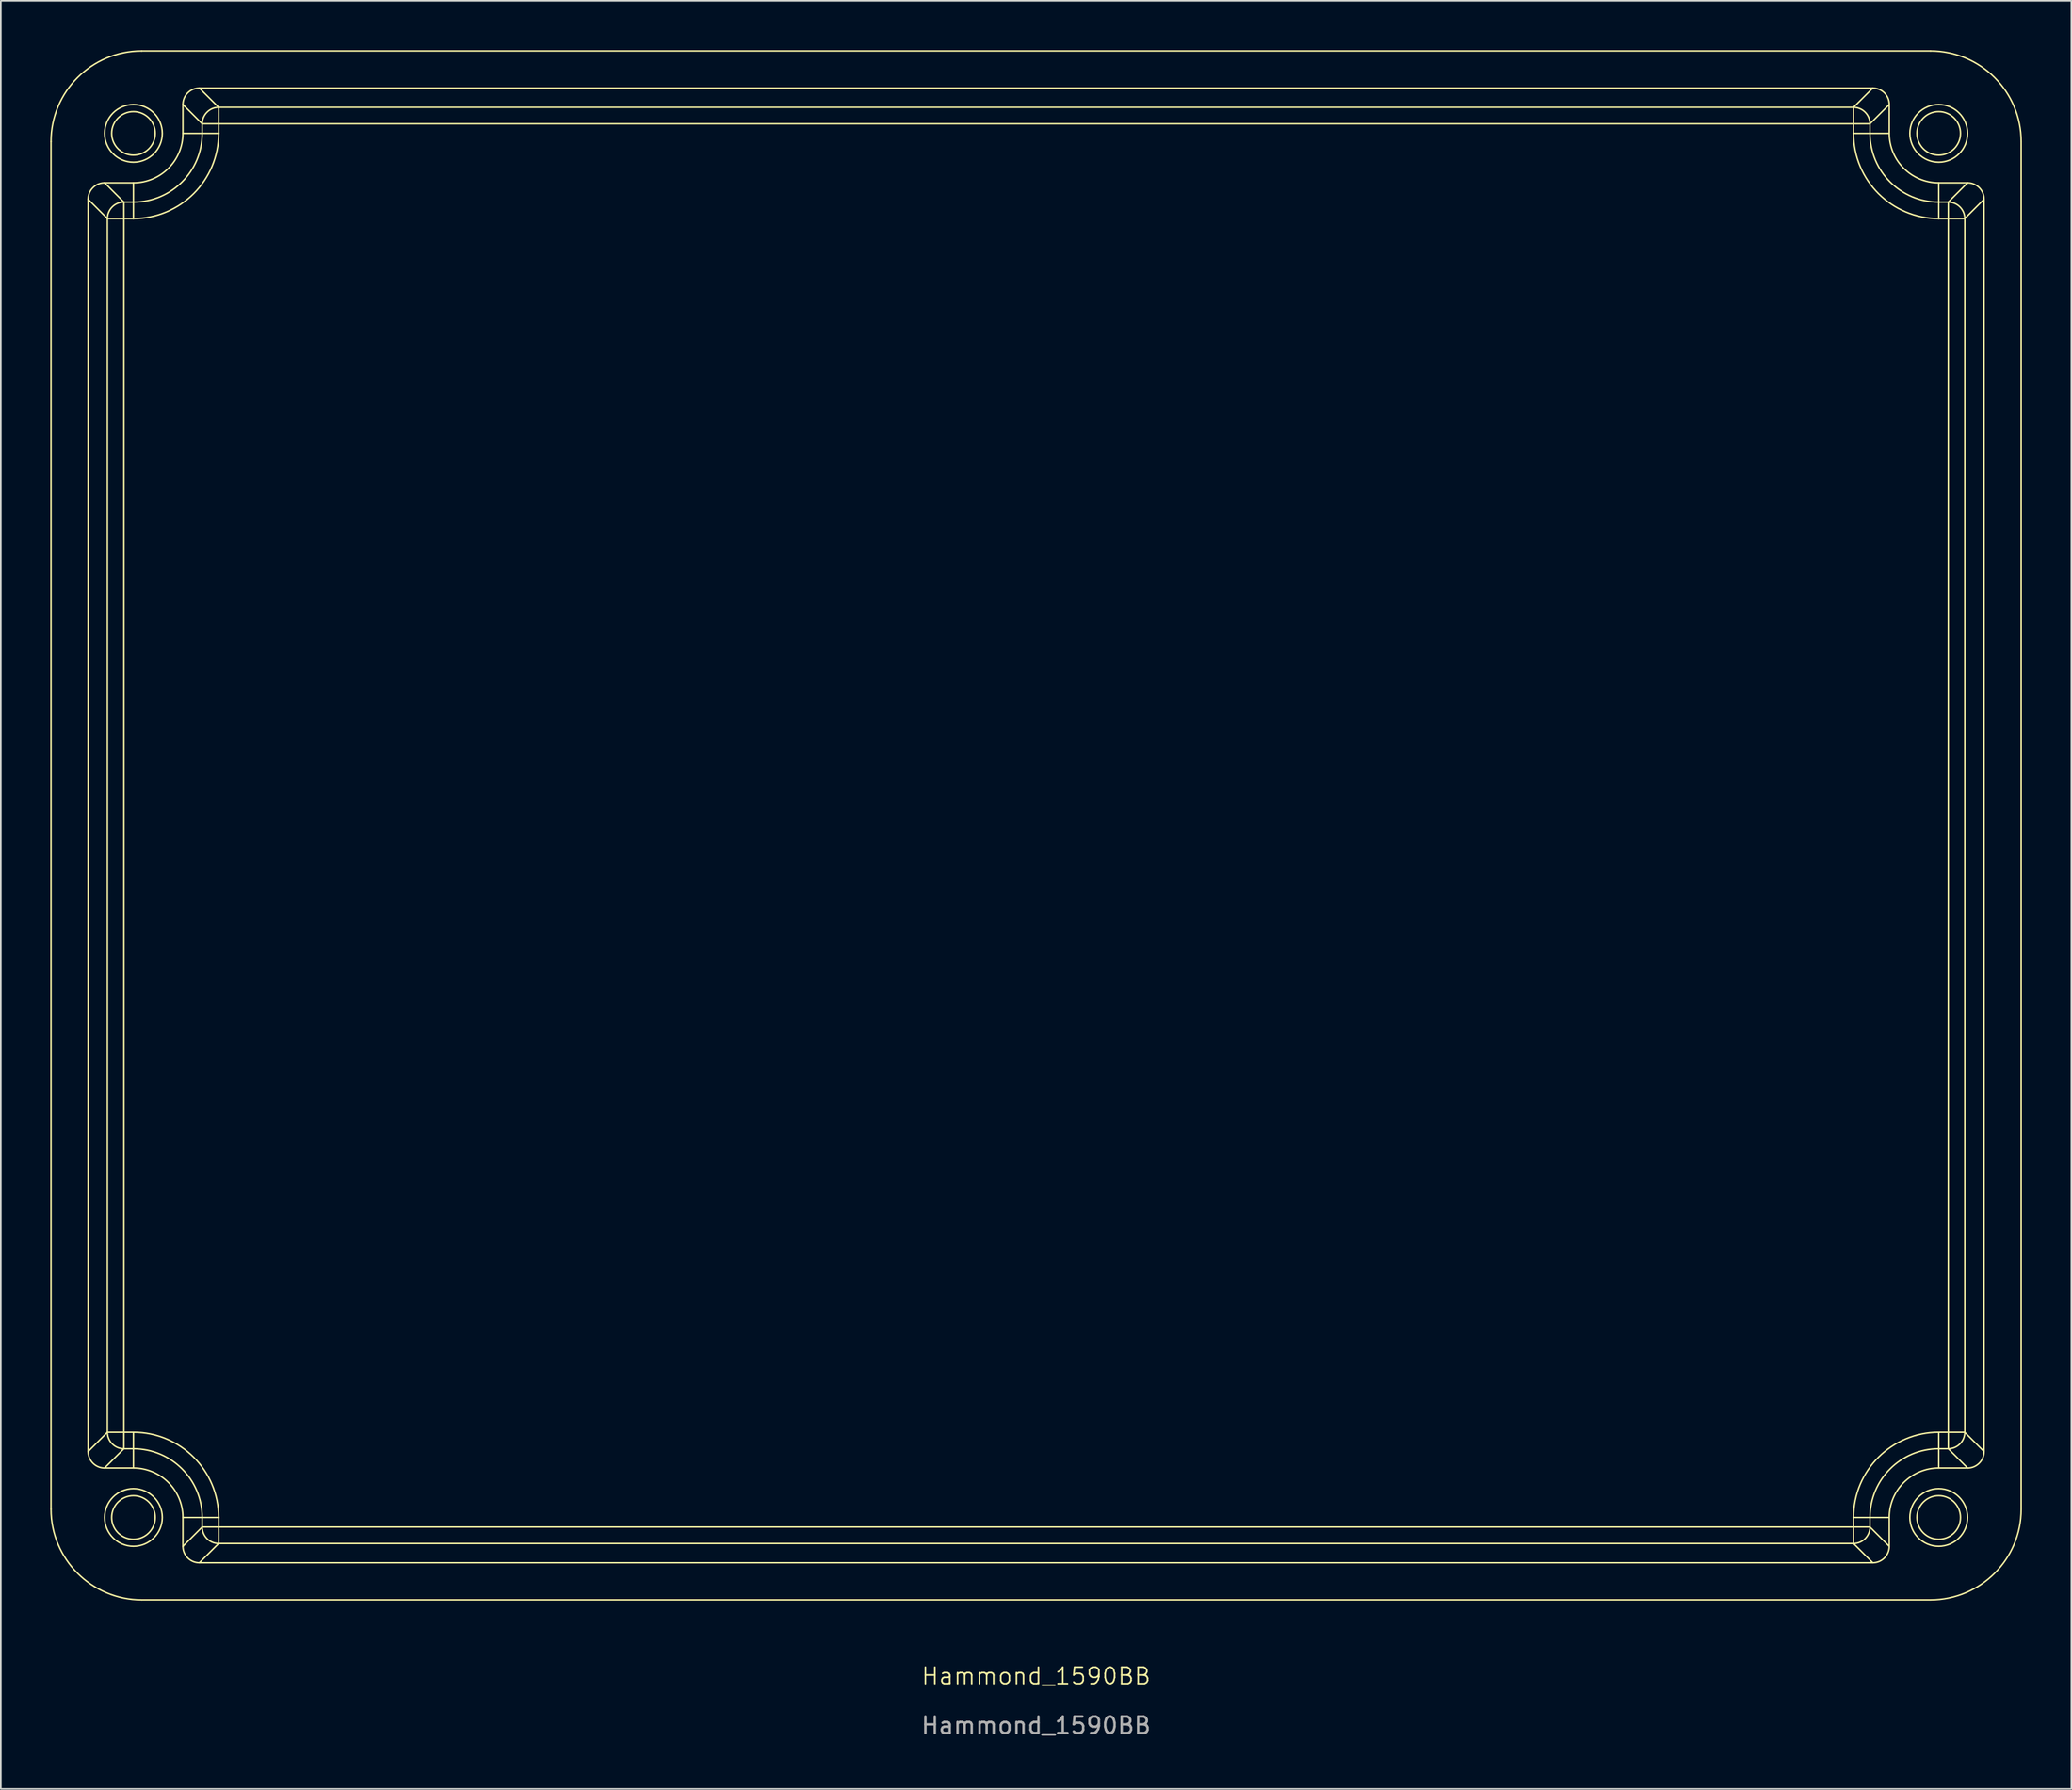
<source format=kicad_pcb>
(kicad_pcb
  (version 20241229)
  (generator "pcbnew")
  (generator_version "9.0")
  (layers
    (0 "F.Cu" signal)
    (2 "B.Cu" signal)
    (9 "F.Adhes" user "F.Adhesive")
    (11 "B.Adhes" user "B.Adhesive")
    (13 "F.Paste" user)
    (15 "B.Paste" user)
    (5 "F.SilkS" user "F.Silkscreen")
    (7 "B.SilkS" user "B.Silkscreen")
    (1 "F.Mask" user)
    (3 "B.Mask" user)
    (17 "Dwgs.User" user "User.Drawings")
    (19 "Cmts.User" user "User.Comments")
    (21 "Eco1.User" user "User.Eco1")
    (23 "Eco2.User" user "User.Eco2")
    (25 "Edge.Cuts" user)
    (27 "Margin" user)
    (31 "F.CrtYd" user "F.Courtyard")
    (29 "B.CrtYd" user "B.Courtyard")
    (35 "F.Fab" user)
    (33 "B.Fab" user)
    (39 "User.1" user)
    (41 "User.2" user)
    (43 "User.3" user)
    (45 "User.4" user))
  (footprint "Hammond_1590BB"
    (layer "F.Cu")
    (at 59.795 47.87)
    (property "Reference" "Hammond_1590BB" (at 0 50.8 0) (unlocked yes) (layer "F.SilkS") (effects (font (size 1 1) (thickness 0.1))))
    (fp_line (start -59.75 -42.325) (end -59.75 40.675) (stroke (width 0.09) (type solid)) (layer "F.SilkS"))
    (fp_line (start -57.5 -38.826) (end -56.33 -37.656) (stroke (width 0.09) (type solid)) (layer "F.SilkS"))
    (fp_line (start -57.5 37.176) (end -57.5 -38.826) (stroke (width 0.09) (type solid)) (layer "F.SilkS"))
    (fp_line (start -56.501 -39.825) (end -54.75 -39.825) (stroke (width 0.09) (type solid)) (layer "F.SilkS"))
    (fp_line (start -56.501 38.175) (end -55.331 37.005) (stroke (width 0.09) (type solid)) (layer "F.SilkS"))
    (fp_line (start -56.33 -37.656) (end -56.33 36.006) (stroke (width 0.09) (type solid)) (layer "F.SilkS"))
    (fp_line (start -56.33 -37.656) (end -55.331 -37.656) (stroke (width 0.09) (type solid)) (layer "F.SilkS"))
    (fp_line (start -56.33 36.006) (end -57.5 37.176) (stroke (width 0.09) (type solid)) (layer "F.SilkS"))
    (fp_line (start -55.331 -38.655) (end -56.501 -39.825) (stroke (width 0.09) (type solid)) (layer "F.SilkS"))
    (fp_line (start -55.331 -37.656) (end -55.331 -38.655) (stroke (width 0.09) (type solid)) (layer "F.SilkS"))
    (fp_line (start -55.331 -37.656) (end -54.75 -37.656) (stroke (width 0.09) (type solid)) (layer "F.SilkS"))
    (fp_line (start -55.331 36.006) (end -56.33 36.006) (stroke (width 0.09) (type solid)) (layer "F.SilkS"))
    (fp_line (start -55.331 36.006) (end -55.331 -37.656) (stroke (width 0.09) (type solid)) (layer "F.SilkS"))
    (fp_line (start -55.331 37.005) (end -55.331 36.006) (stroke (width 0.09) (type solid)) (layer "F.SilkS"))
    (fp_line (start -55.331 37.005) (end -54.75 37.005) (stroke (width 0.09) (type solid)) (layer "F.SilkS"))
    (fp_line (start -54.75 -39.825) (end -54.75 -38.655) (stroke (width 0.09) (type solid)) (layer "F.SilkS"))
    (fp_line (start -54.75 -38.655) (end -55.331 -38.655) (stroke (width 0.09) (type solid)) (layer "F.SilkS"))
    (fp_line (start -54.75 -37.656) (end -54.75 -38.655) (stroke (width 0.09) (type solid)) (layer "F.SilkS"))
    (fp_line (start -54.75 36.006) (end -55.331 36.006) (stroke (width 0.09) (type solid)) (layer "F.SilkS"))
    (fp_line (start -54.75 36.006) (end -54.75 37.005) (stroke (width 0.09) (type solid)) (layer "F.SilkS"))
    (fp_line (start -54.75 38.175) (end -56.501 38.175) (stroke (width 0.09) (type solid)) (layer "F.SilkS"))
    (fp_line (start -54.75 38.175) (end -54.75 37.005) (stroke (width 0.09) (type solid)) (layer "F.SilkS"))
    (fp_line (start -54.25 46.175) (end 54.25 46.175) (stroke (width 0.09) (type solid)) (layer "F.SilkS"))
    (fp_line (start -51.75 -44.576) (end -50.58 -43.406) (stroke (width 0.09) (type solid)) (layer "F.SilkS"))
    (fp_line (start -51.75 -42.825) (end -51.75 -44.576) (stroke (width 0.09) (type solid)) (layer "F.SilkS"))
    (fp_line (start -51.75 -42.825) (end -50.58 -42.825) (stroke (width 0.09) (type solid)) (layer "F.SilkS"))
    (fp_line (start -51.75 41.175) (end -50.58 41.175) (stroke (width 0.09) (type solid)) (layer "F.SilkS"))
    (fp_line (start -51.75 42.926) (end -51.75 41.175) (stroke (width 0.09) (type solid)) (layer "F.SilkS"))
    (fp_line (start -50.751 -45.575) (end 50.751 -45.575) (stroke (width 0.09) (type solid)) (layer "F.SilkS"))
    (fp_line (start -50.751 43.925) (end -49.581 42.755) (stroke (width 0.09) (type solid)) (layer "F.SilkS"))
    (fp_line (start -50.58 -43.406) (end -50.58 -42.825) (stroke (width 0.09) (type solid)) (layer "F.SilkS"))
    (fp_line (start -50.58 -43.406) (end -49.581 -43.406) (stroke (width 0.09) (type solid)) (layer "F.SilkS"))
    (fp_line (start -50.58 41.175) (end -50.58 41.756) (stroke (width 0.09) (type solid)) (layer "F.SilkS"))
    (fp_line (start -50.58 41.756) (end -51.75 42.926) (stroke (width 0.09) (type solid)) (layer "F.SilkS"))
    (fp_line (start -49.581 -44.405) (end -50.751 -45.575) (stroke (width 0.09) (type solid)) (layer "F.SilkS"))
    (fp_line (start -49.581 -43.406) (end -49.581 -44.405) (stroke (width 0.09) (type solid)) (layer "F.SilkS"))
    (fp_line (start -49.581 -43.406) (end 49.581 -43.406) (stroke (width 0.09) (type solid)) (layer "F.SilkS"))
    (fp_line (start -49.581 -42.825) (end -50.58 -42.825) (stroke (width 0.09) (type solid)) (layer "F.SilkS"))
    (fp_line (start -49.581 -42.825) (end -49.581 -43.406) (stroke (width 0.09) (type solid)) (layer "F.SilkS"))
    (fp_line (start -49.581 41.175) (end -50.58 41.175) (stroke (width 0.09) (type solid)) (layer "F.SilkS"))
    (fp_line (start -49.581 41.756) (end -50.58 41.756) (stroke (width 0.09) (type solid)) (layer "F.SilkS"))
    (fp_line (start -49.581 41.756) (end -49.581 41.175) (stroke (width 0.09) (type solid)) (layer "F.SilkS"))
    (fp_line (start -49.581 42.755) (end -49.581 41.756) (stroke (width 0.09) (type solid)) (layer "F.SilkS"))
    (fp_line (start -49.581 42.755) (end 49.581 42.755) (stroke (width 0.09) (type solid)) (layer "F.SilkS"))
    (fp_line (start 49.581 -44.405) (end -49.581 -44.405) (stroke (width 0.09) (type solid)) (layer "F.SilkS"))
    (fp_line (start 49.581 -44.405) (end 49.581 -43.406) (stroke (width 0.09) (type solid)) (layer "F.SilkS"))
    (fp_line (start 49.581 -43.406) (end 49.581 -42.825) (stroke (width 0.09) (type solid)) (layer "F.SilkS"))
    (fp_line (start 49.581 -43.406) (end 50.58 -43.406) (stroke (width 0.09) (type solid)) (layer "F.SilkS"))
    (fp_line (start 49.581 41.175) (end 49.581 41.756) (stroke (width 0.09) (type solid)) (layer "F.SilkS"))
    (fp_line (start 49.581 41.756) (end -49.581 41.756) (stroke (width 0.09) (type solid)) (layer "F.SilkS"))
    (fp_line (start 49.581 41.756) (end 49.581 42.755) (stroke (width 0.09) (type solid)) (layer "F.SilkS"))
    (fp_line (start 49.581 42.755) (end 50.751 43.925) (stroke (width 0.09) (type solid)) (layer "F.SilkS"))
    (fp_line (start 50.58 -43.406) (end 51.75 -44.576) (stroke (width 0.09) (type solid)) (layer "F.SilkS"))
    (fp_line (start 50.58 -42.825) (end 49.581 -42.825) (stroke (width 0.09) (type solid)) (layer "F.SilkS"))
    (fp_line (start 50.58 -42.825) (end 50.58 -43.406) (stroke (width 0.09) (type solid)) (layer "F.SilkS"))
    (fp_line (start 50.58 41.175) (end 49.581 41.175) (stroke (width 0.09) (type solid)) (layer "F.SilkS"))
    (fp_line (start 50.58 41.756) (end 49.581 41.756) (stroke (width 0.09) (type solid)) (layer "F.SilkS"))
    (fp_line (start 50.58 41.756) (end 50.58 41.175) (stroke (width 0.09) (type solid)) (layer "F.SilkS"))
    (fp_line (start 50.751 -45.575) (end 49.581 -44.405) (stroke (width 0.09) (type solid)) (layer "F.SilkS"))
    (fp_line (start 50.751 43.925) (end -50.751 43.925) (stroke (width 0.09) (type solid)) (layer "F.SilkS"))
    (fp_line (start 51.75 -44.576) (end 51.75 -42.825) (stroke (width 0.09) (type solid)) (layer "F.SilkS"))
    (fp_line (start 51.75 -42.825) (end 50.58 -42.825) (stroke (width 0.09) (type solid)) (layer "F.SilkS"))
    (fp_line (start 51.75 41.175) (end 50.58 41.175) (stroke (width 0.09) (type solid)) (layer "F.SilkS"))
    (fp_line (start 51.75 41.175) (end 51.75 42.926) (stroke (width 0.09) (type solid)) (layer "F.SilkS"))
    (fp_line (start 51.75 42.926) (end 50.58 41.756) (stroke (width 0.09) (type solid)) (layer "F.SilkS"))
    (fp_line (start 54.25 -47.825) (end -54.25 -47.825) (stroke (width 0.09) (type solid)) (layer "F.SilkS"))
    (fp_line (start 54.75 -39.825) (end 54.75 -38.655) (stroke (width 0.09) (type solid)) (layer "F.SilkS"))
    (fp_line (start 54.75 -39.825) (end 56.501 -39.825) (stroke (width 0.09) (type solid)) (layer "F.SilkS"))
    (fp_line (start 54.75 -38.655) (end 54.75 -37.656) (stroke (width 0.09) (type solid)) (layer "F.SilkS"))
    (fp_line (start 54.75 -37.656) (end 55.331 -37.656) (stroke (width 0.09) (type solid)) (layer "F.SilkS"))
    (fp_line (start 54.75 37.005) (end 54.75 36.006) (stroke (width 0.09) (type solid)) (layer "F.SilkS"))
    (fp_line (start 54.75 37.005) (end 55.331 37.005) (stroke (width 0.09) (type solid)) (layer "F.SilkS"))
    (fp_line (start 54.75 38.175) (end 54.75 37.005) (stroke (width 0.09) (type solid)) (layer "F.SilkS"))
    (fp_line (start 55.331 -38.655) (end 54.75 -38.655) (stroke (width 0.09) (type solid)) (layer "F.SilkS"))
    (fp_line (start 55.331 -38.655) (end 55.331 -37.656) (stroke (width 0.09) (type solid)) (layer "F.SilkS"))
    (fp_line (start 55.331 -37.656) (end 55.331 36.006) (stroke (width 0.09) (type solid)) (layer "F.SilkS"))
    (fp_line (start 55.331 -37.656) (end 56.33 -37.656) (stroke (width 0.09) (type solid)) (layer "F.SilkS"))
    (fp_line (start 55.331 36.006) (end 54.75 36.006) (stroke (width 0.09) (type solid)) (layer "F.SilkS"))
    (fp_line (start 55.331 36.006) (end 55.331 37.005) (stroke (width 0.09) (type solid)) (layer "F.SilkS"))
    (fp_line (start 55.331 37.005) (end 56.501 38.175) (stroke (width 0.09) (type solid)) (layer "F.SilkS"))
    (fp_line (start 56.33 -37.656) (end 57.5 -38.826) (stroke (width 0.09) (type solid)) (layer "F.SilkS"))
    (fp_line (start 56.33 36.006) (end 55.331 36.006) (stroke (width 0.09) (type solid)) (layer "F.SilkS"))
    (fp_line (start 56.33 36.006) (end 56.33 -37.656) (stroke (width 0.09) (type solid)) (layer "F.SilkS"))
    (fp_line (start 56.501 -39.825) (end 55.331 -38.655) (stroke (width 0.09) (type solid)) (layer "F.SilkS"))
    (fp_line (start 56.501 38.175) (end 54.75 38.175) (stroke (width 0.09) (type solid)) (layer "F.SilkS"))
    (fp_line (start 57.5 -38.826) (end 57.5 37.176) (stroke (width 0.09) (type solid)) (layer "F.SilkS"))
    (fp_line (start 57.5 37.176) (end 56.33 36.006) (stroke (width 0.09) (type solid)) (layer "F.SilkS"))
    (fp_line (start 59.75 40.675) (end 59.75 -42.325) (stroke (width 0.09) (type solid)) (layer "F.SilkS"))
    (fp_arc (start -59.75 -42.324915) (mid -58.139077 -46.213991) (end -54.25 -47.824915) (stroke (width 0.09) (type solid)) (layer "F.SilkS"))
    (fp_arc (start -54.75 36.006202) (mid -51.095042 37.520131) (end -49.581117 41.175085) (stroke (width 0.09) (type solid)) (layer "F.SilkS"))
    (fp_arc (start -54.75 37.005251) (mid -51.801477 38.226565) (end -50.580166 41.175085) (stroke (width 0.09) (type solid)) (layer "F.SilkS"))
    (fp_arc (start -54.75 38.175085) (mid -52.628674 39.053763) (end -51.75 41.175085) (stroke (width 0.09) (type solid)) (layer "F.SilkS"))
    (fp_arc (start -54.25 46.175085) (mid -58.139082 44.56417) (end -59.75 40.675085) (stroke (width 0.09) (type solid)) (layer "F.SilkS"))
    (fp_arc (start -51.75 -42.824915) (mid -52.628678 -40.703593) (end -54.75 -39.824915) (stroke (width 0.09) (type solid)) (layer "F.SilkS"))
    (fp_arc (start -50.580166 -42.824915) (mid -51.80148 -39.876395) (end -54.75 -38.65508) (stroke (width 0.09) (type solid)) (layer "F.SilkS"))
    (fp_arc (start -49.581117 -42.824915) (mid -51.095046 -39.169961) (end -54.75 -37.656032) (stroke (width 0.09) (type solid)) (layer "F.SilkS"))
    (fp_arc (start 49.581117 41.175085) (mid 51.095057 37.520142) (end 54.75 36.006202) (stroke (width 0.09) (type solid)) (layer "F.SilkS"))
    (fp_arc (start 50.580165 41.175085) (mid 51.801491 38.226576) (end 54.75 37.005251) (stroke (width 0.09) (type solid)) (layer "F.SilkS"))
    (fp_arc (start 51.75 41.175085) (mid 52.62869 39.053775) (end 54.75 38.175085) (stroke (width 0.09) (type solid)) (layer "F.SilkS"))
    (fp_arc (start 54.25 -47.824915) (mid 58.1391 -46.214015) (end 59.75 -42.324915) (stroke (width 0.09) (type solid)) (layer "F.SilkS"))
    (fp_arc (start 54.75 -39.824915) (mid 52.628693 -40.703608) (end 51.75 -42.824915) (stroke (width 0.09) (type solid)) (layer "F.SilkS"))
    (fp_arc (start 54.75 -38.65508) (mid 51.801493 -39.876408) (end 50.580165 -42.824915) (stroke (width 0.09) (type solid)) (layer "F.SilkS"))
    (fp_arc (start 54.75 -37.656032) (mid 51.09506 -39.169975) (end 49.581117 -42.824915) (stroke (width 0.09) (type solid)) (layer "F.SilkS"))
    (fp_arc (start 59.75 40.675085) (mid 58.139097 44.564182) (end 54.25 46.175085) (stroke (width 0.09) (type solid)) (layer "F.SilkS"))
    (fp_circle (center -54.75 -42.825) (end -56.5 -42.825) (stroke (width 0.09) (type solid)) (fill no) (layer "F.SilkS"))
    (fp_circle (center -54.75 -42.825) (end -56.071 -42.825) (stroke (width 0.09) (type solid)) (fill no) (layer "F.SilkS"))
    (fp_circle (center -54.75 41.175) (end -56.5 41.175) (stroke (width 0.09) (type solid)) (fill no) (layer "F.SilkS"))
    (fp_circle (center -54.75 41.175) (end -56.071 41.175) (stroke (width 0.09) (type solid)) (fill no) (layer "F.SilkS"))
    (fp_circle (center 54.75 -42.825) (end 53 -42.825) (stroke (width 0.09) (type solid)) (fill no) (layer "F.SilkS"))
    (fp_circle (center 54.75 -42.825) (end 53.429 -42.825) (stroke (width 0.09) (type solid)) (fill no) (layer "F.SilkS"))
    (fp_circle (center 54.75 41.175) (end 53 41.175) (stroke (width 0.09) (type solid)) (fill no) (layer "F.SilkS"))
    (fp_circle (center 54.75 41.175) (end 53.429 41.175) (stroke (width 0.09) (type solid)) (fill no) (layer "F.SilkS"))
    (fp_curve (pts (xy -57.5 37.176) (xy -57.5 37.728) (xy -57.053 38.175) (xy -56.501 38.175)) (stroke (width 0.09) (type solid)) (layer "F.SilkS"))
    (fp_curve (pts (xy -56.501 -39.825) (xy -57.053 -39.825) (xy -57.5 -39.378) (xy -57.5 -38.826)) (stroke (width 0.09) (type solid)) (layer "F.SilkS"))
    (fp_curve (pts (xy -56.33 36.006) (xy -56.329 36.557) (xy -55.882 37.004) (xy -55.331 37.005)) (stroke (width 0.09) (type solid)) (layer "F.SilkS"))
    (fp_curve (pts (xy -55.331 -38.655) (xy -55.882 -38.654) (xy -56.329 -38.207) (xy -56.33 -37.656)) (stroke (width 0.09) (type solid)) (layer "F.SilkS"))
    (fp_curve (pts (xy -51.75 42.926) (xy -51.75 43.478) (xy -51.303 43.925) (xy -50.751 43.925)) (stroke (width 0.09) (type solid)) (layer "F.SilkS"))
    (fp_curve (pts (xy -50.751 -45.575) (xy -51.303 -45.575) (xy -51.75 -45.128) (xy -51.75 -44.576)) (stroke (width 0.09) (type solid)) (layer "F.SilkS"))
    (fp_curve (pts (xy -50.58 41.756) (xy -50.579 42.307) (xy -50.132 42.754) (xy -49.581 42.755)) (stroke (width 0.09) (type solid)) (layer "F.SilkS"))
    (fp_curve (pts (xy -49.581 -44.405) (xy -50.132 -44.404) (xy -50.579 -43.957) (xy -50.58 -43.406)) (stroke (width 0.09) (type solid)) (layer "F.SilkS"))
    (fp_curve (pts (xy 49.581 42.755) (xy 50.132 42.754) (xy 50.579 42.307) (xy 50.58 41.756)) (stroke (width 0.09) (type solid)) (layer "F.SilkS"))
    (fp_curve (pts (xy 50.58 -43.406) (xy 50.579 -43.957) (xy 50.132 -44.404) (xy 49.581 -44.405)) (stroke (width 0.09) (type solid)) (layer "F.SilkS"))
    (fp_curve (pts (xy 50.751 43.925) (xy 51.303 43.925) (xy 51.75 43.478) (xy 51.75 42.926)) (stroke (width 0.09) (type solid)) (layer "F.SilkS"))
    (fp_curve (pts (xy 51.75 -44.576) (xy 51.75 -45.128) (xy 51.303 -45.575) (xy 50.751 -45.575)) (stroke (width 0.09) (type solid)) (layer "F.SilkS"))
    (fp_curve (pts (xy 55.331 37.005) (xy 55.882 37.004) (xy 56.329 36.557) (xy 56.33 36.006)) (stroke (width 0.09) (type solid)) (layer "F.SilkS"))
    (fp_curve (pts (xy 56.33 -37.656) (xy 56.329 -38.207) (xy 55.882 -38.654) (xy 55.331 -38.655)) (stroke (width 0.09) (type solid)) (layer "F.SilkS"))
    (fp_curve (pts (xy 56.501 38.175) (xy 57.053 38.175) (xy 57.5 37.728) (xy 57.5 37.176)) (stroke (width 0.09) (type solid)) (layer "F.SilkS"))
    (fp_curve (pts (xy 57.5 -38.826) (xy 57.5 -39.378) (xy 57.053 -39.825) (xy 56.501 -39.825)) (stroke (width 0.09) (type solid)) (layer "F.SilkS"))
    (fp_text user "${REFERENCE}" (at 0 53.8 0) (unlocked yes) (layer "F.Fab") (effects (font (size 1 1) (thickness 0.15)))))
  (gr_rect
    (start -3 -3)
    (end 122.59 105.518)
    (stroke (width 0.1) (type default))
    (fill no)
    (layer "Edge.Cuts")))
</source>
